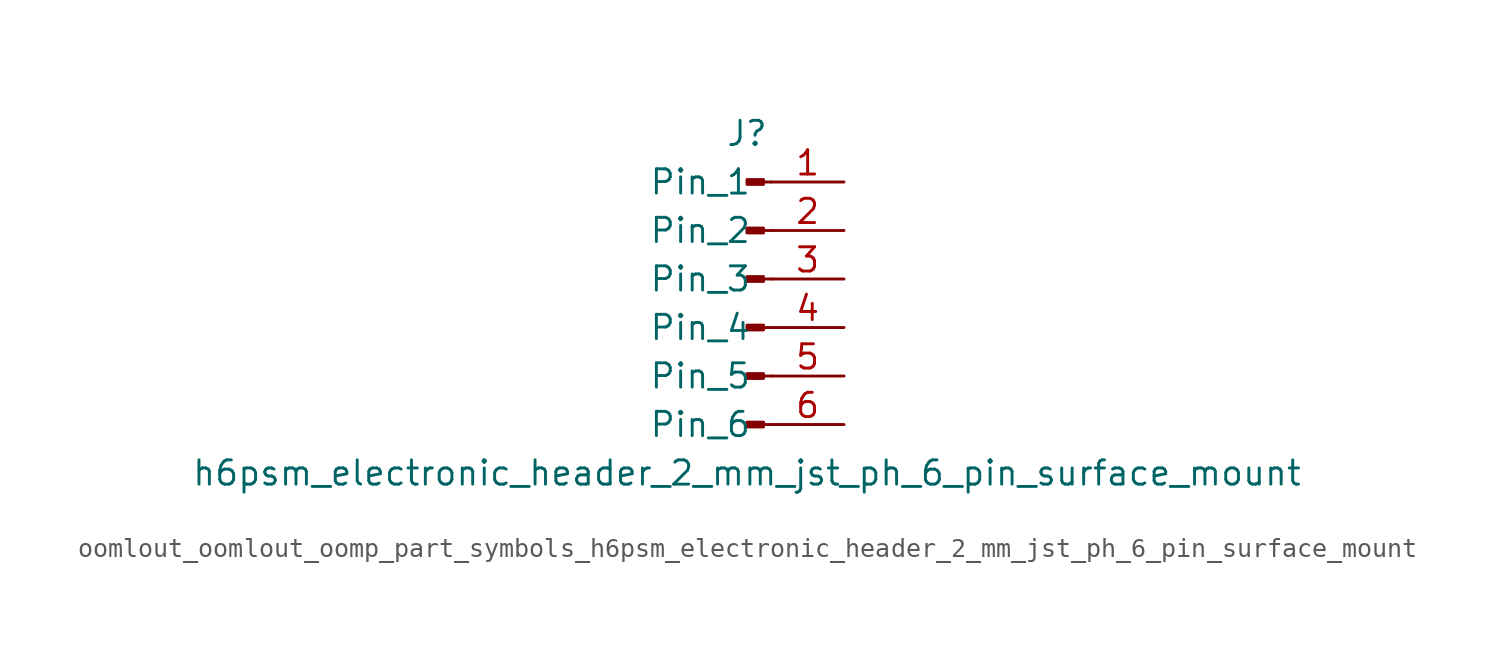
<source format=kicad_sym>
(kicad_symbol_lib
  (version 20220914)
  (generator kicad_symbol_editor)
  (symbol "oomlout_oomlout_oomp_part_symbols_h6psm_electronic_header_2_mm_jst_ph_6_pin_surface_mount"
    (pin_names
      (offset 1.016))
    (property "Reference" "J"
      (at 0 7.62 0)
      (effects (font (size 1.27 1.27))))
    (property "Value" "h6psm_electronic_header_2_mm_jst_ph_6_pin_surface_mount"
      (at 0 -10.16 0)
      (effects (font (size 1.27 1.27))))
    (property "ki_locked" ""
      (at 0 0 0)
      (effects (font (size 1.27 1.27))))
    (symbol "oomlout_oomlout_oomp_part_symbols_h6psm_electronic_header_2_mm_jst_ph_6_pin_surface_mount_1_1"
      (polyline (pts (xy 1.27 -7.62) (xy 0.864 -7.62)) (stroke (width 0.152) (type default)) (fill (type none)))
      (polyline (pts (xy 1.27 -5.08) (xy 0.864 -5.08)) (stroke (width 0.152) (type default)) (fill (type none)))
      (polyline (pts (xy 1.27 -2.54) (xy 0.864 -2.54)) (stroke (width 0.152) (type default)) (fill (type none)))
      (polyline (pts (xy 1.27 0) (xy 0.864 0)) (stroke (width 0.152) (type default)) (fill (type none)))
      (polyline (pts (xy 1.27 2.54) (xy 0.864 2.54)) (stroke (width 0.152) (type default)) (fill (type none)))
      (polyline (pts (xy 1.27 5.08) (xy 0.864 5.08)) (stroke (width 0.152) (type default)) (fill (type none)))
      (rectangle (start 0.864 -7.493) (end 0 -7.747) (stroke (width 0.152) (type default)) (fill (type outline)))
      (rectangle (start 0.864 -4.953) (end 0 -5.207) (stroke (width 0.152) (type default)) (fill (type outline)))
      (rectangle (start 0.864 -2.413) (end 0 -2.667) (stroke (width 0.152) (type default)) (fill (type outline)))
      (rectangle (start 0.864 0.127) (end 0 -0.127) (stroke (width 0.152) (type default)) (fill (type outline)))
      (rectangle (start 0.864 2.667) (end 0 2.413) (stroke (width 0.152) (type default)) (fill (type outline)))
      (rectangle (start 0.864 5.207) (end 0 4.953) (stroke (width 0.152) (type default)) (fill (type outline)))
      (pin passive line (at 5.08 5.08 180) (length 3.81) (name "Pin_1" (effects (font (size 1.27 1.27)))) (number "1" (effects (font (size 1.27 1.27)))))
      (pin passive line (at 5.08 2.54 180) (length 3.81) (name "Pin_2" (effects (font (size 1.27 1.27)))) (number "2" (effects (font (size 1.27 1.27)))))
      (pin passive line (at 5.08 0 180) (length 3.81) (name "Pin_3" (effects (font (size 1.27 1.27)))) (number "3" (effects (font (size 1.27 1.27)))))
      (pin passive line (at 5.08 -2.54 180) (length 3.81) (name "Pin_4" (effects (font (size 1.27 1.27)))) (number "4" (effects (font (size 1.27 1.27)))))
      (pin passive line (at 5.08 -5.08 180) (length 3.81) (name "Pin_5" (effects (font (size 1.27 1.27)))) (number "5" (effects (font (size 1.27 1.27)))))
      (pin passive line (at 5.08 -7.62 180) (length 3.81) (name "Pin_6" (effects (font (size 1.27 1.27)))) (number "6" (effects (font (size 1.27 1.27))))))))
</source>
